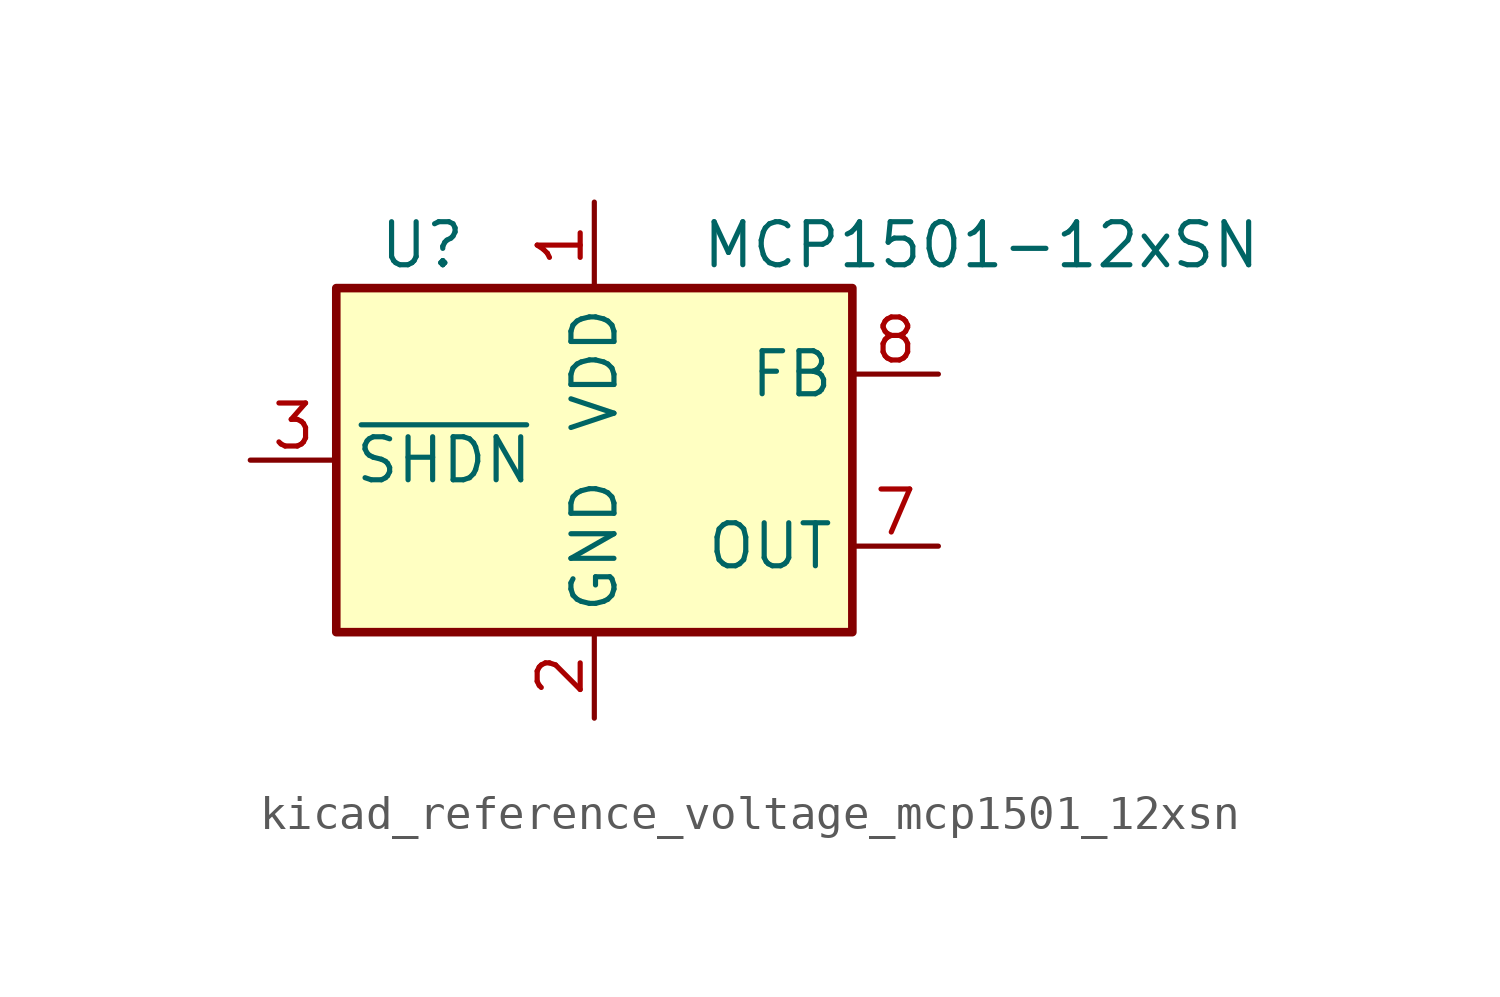
<source format=kicad_sym>
(kicad_symbol_lib
  (version 20220914)
  (generator kicad_symbol_editor)
  (symbol "kicad_reference_voltage_mcp1501_12xsn"
    (property "Reference" "U"
      (at -5.08 6.35 0)
      (effects (font (size 1.27 1.27))))
    (property "Value" "MCP1501-12xSN"
      (at 11.43 6.35 0)
      (effects (font (size 1.27 1.27))))
    (symbol "kicad_reference_voltage_mcp1501_12xsn_0_0"
      (pin power_in line (at 0 7.62 270) (length 2.54) (name "VDD" (effects (font (size 1.27 1.27)))) (number "1" (effects (font (size 1.27 1.27)))))
      (pin power_in line (at 0 -7.62 90) (length 2.54) (name "GND" (effects (font (size 1.27 1.27)))) (number "2" (effects (font (size 1.27 1.27)))))
      (pin input line (at -10.16 0 0) (length 2.54) (name "~{SHDN}" (effects (font (size 1.27 1.27)))) (number "3" (effects (font (size 1.27 1.27)))))
      (pin passive line (at 0 -7.62 90) (length 2.54) hide (name "GND" (effects (font (size 1.27 1.27)))) (number "4" (effects (font (size 1.27 1.27)))))
      (pin passive line (at 0 -7.62 90) (length 2.54) hide (name "GND" (effects (font (size 1.27 1.27)))) (number "5" (effects (font (size 1.27 1.27)))))
      (pin passive line (at 0 -7.62 90) (length 2.54) hide (name "GND" (effects (font (size 1.27 1.27)))) (number "6" (effects (font (size 1.27 1.27)))))
      (pin power_out line (at 10.16 -2.54 180) (length 2.54) (name "OUT" (effects (font (size 1.27 1.27)))) (number "7" (effects (font (size 1.27 1.27)))))
      (pin input line (at 10.16 2.54 180) (length 2.54) (name "FB" (effects (font (size 1.27 1.27)))) (number "8" (effects (font (size 1.27 1.27))))))
    (symbol "kicad_reference_voltage_mcp1501_12xsn_0_1"
      (rectangle (start -7.62 5.08) (end 7.62 -5.08) (stroke (width 0.254) (type default)) (fill (type background))))))
</source>
